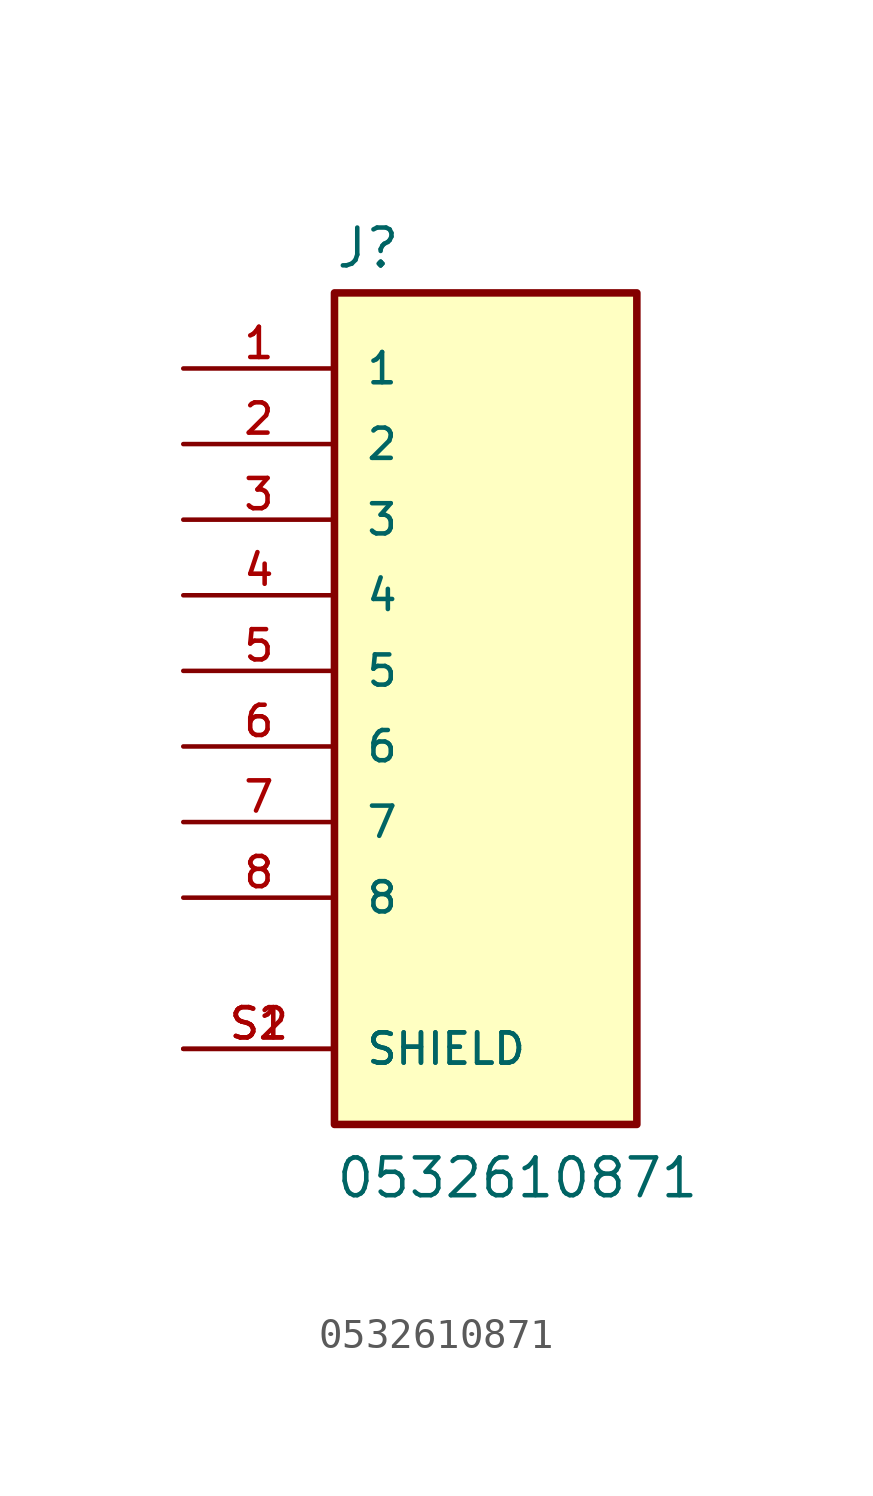
<source format=kicad_sym>
(kicad_symbol_lib
  (version 20220914)
  (generator kicad_symbol_editor)
  (symbol "0532610871"
    (pin_names
      (offset 1.016))
    (property "Reference" "J"
      (at -5.08 16.002 0)
      (effects (font (size 1.27 1.27)) (justify left bottom)))
    (property "Value" "0532610871"
      (at -5.08 -15.24 0)
      (effects (font (size 1.27 1.27)) (justify left bottom)))
    (symbol "0532610871_0_0"
      (rectangle (start -5.08 15.24) (end 5.08 -12.7) (stroke (width 0.254) (type default)) (fill (type background)))
      (pin passive line (at -10.16 12.7 0) (length 5.08) (name "1" (effects (font (size 1.016 1.016)))) (number "1" (effects (font (size 1.016 1.016)))))
      (pin passive line (at -10.16 10.16 0) (length 5.08) (name "2" (effects (font (size 1.016 1.016)))) (number "2" (effects (font (size 1.016 1.016)))))
      (pin passive line (at -10.16 7.62 0) (length 5.08) (name "3" (effects (font (size 1.016 1.016)))) (number "3" (effects (font (size 1.016 1.016)))))
      (pin passive line (at -10.16 5.08 0) (length 5.08) (name "4" (effects (font (size 1.016 1.016)))) (number "4" (effects (font (size 1.016 1.016)))))
      (pin passive line (at -10.16 2.54 0) (length 5.08) (name "5" (effects (font (size 1.016 1.016)))) (number "5" (effects (font (size 1.016 1.016)))))
      (pin passive line (at -10.16 0 0) (length 5.08) (name "6" (effects (font (size 1.016 1.016)))) (number "6" (effects (font (size 1.016 1.016)))))
      (pin passive line (at -10.16 -2.54 0) (length 5.08) (name "7" (effects (font (size 1.016 1.016)))) (number "7" (effects (font (size 1.016 1.016)))))
      (pin passive line (at -10.16 -5.08 0) (length 5.08) (name "8" (effects (font (size 1.016 1.016)))) (number "8" (effects (font (size 1.016 1.016)))))
      (pin passive line (at -10.16 -10.16 0) (length 5.08) (name "SHIELD" (effects (font (size 1.016 1.016)))) (number "S1" (effects (font (size 1.016 1.016)))))
      (pin passive line (at -10.16 -10.16 0) (length 5.08) (name "SHIELD" (effects (font (size 1.016 1.016)))) (number "S2" (effects (font (size 1.016 1.016))))))))
</source>
